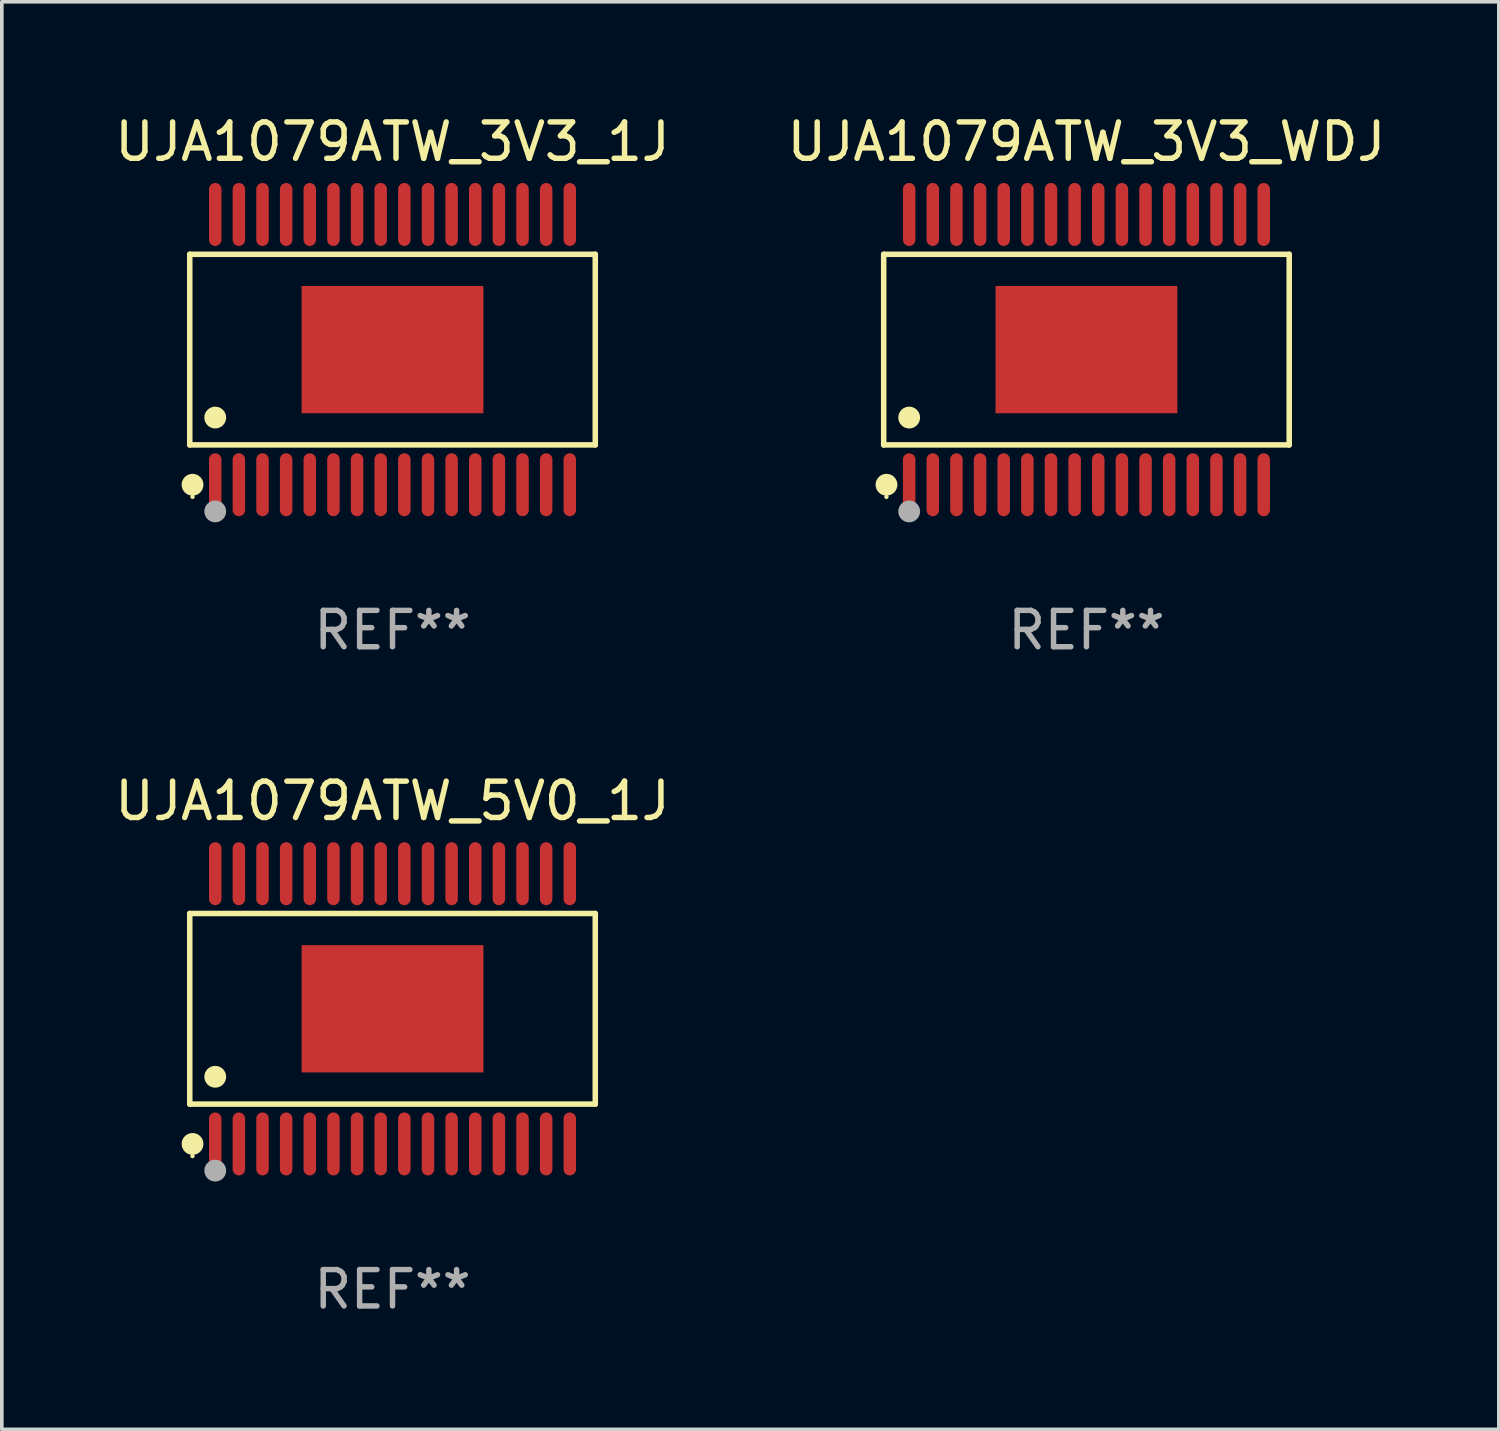
<source format=kicad_pcb>
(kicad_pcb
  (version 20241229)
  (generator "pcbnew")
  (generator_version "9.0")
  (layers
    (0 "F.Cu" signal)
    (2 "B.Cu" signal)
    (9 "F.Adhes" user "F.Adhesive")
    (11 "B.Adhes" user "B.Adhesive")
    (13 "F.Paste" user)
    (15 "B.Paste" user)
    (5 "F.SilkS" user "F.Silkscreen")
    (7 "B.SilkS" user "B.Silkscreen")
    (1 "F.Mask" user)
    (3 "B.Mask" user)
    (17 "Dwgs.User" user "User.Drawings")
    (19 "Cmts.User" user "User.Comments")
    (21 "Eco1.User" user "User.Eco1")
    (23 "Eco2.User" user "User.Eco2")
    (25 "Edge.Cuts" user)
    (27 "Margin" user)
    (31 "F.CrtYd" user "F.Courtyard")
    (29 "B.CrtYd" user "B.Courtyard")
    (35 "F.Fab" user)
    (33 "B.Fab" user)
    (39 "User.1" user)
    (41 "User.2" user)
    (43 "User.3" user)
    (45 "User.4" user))
  (footprint "UJA1079ATW_5V0_1J"
    (layer "F.Cu")
    (at 7.744 24.692)
    (property "Reference" "UJA1079ATW_5V0_1J" (at 0 -5.716 0) (layer "F.SilkS") (effects (font (size 1 1) (thickness 0.15))))
    (attr through_hole)
    (fp_line (start -5.576 -2.621) (end 5.576 -2.621) (stroke (width 0.152) (type solid)) (layer "F.SilkS"))
    (fp_line (start -5.576 2.621) (end -5.576 -2.621) (stroke (width 0.152) (type solid)) (layer "F.SilkS"))
    (fp_line (start 5.576 -2.621) (end 5.576 2.621) (stroke (width 0.152) (type solid)) (layer "F.SilkS"))
    (fp_line (start 5.576 2.621) (end -5.576 2.621) (stroke (width 0.152) (type solid)) (layer "F.SilkS"))
    (fp_circle (center -5.5 4.05) (end -5.47 4.05) (stroke (width 0.06) (type solid)) (fill no) (layer "F.SilkS"))
    (fp_circle (center -5.499 3.716) (end -5.349 3.716) (stroke (width 0.3) (type solid)) (fill no) (layer "F.SilkS"))
    (fp_circle (center -4.875 1.869) (end -4.725 1.869) (stroke (width 0.3) (type solid)) (fill no) (layer "F.SilkS"))
    (fp_circle (center -4.875 4.45) (end -4.725 4.45) (stroke (width 0.3) (type solid)) (fill no) (layer "F.Fab"))
    (fp_text user "REF**" (at 0 7.716 0) (layer "F.Fab") (effects (font (size 1 1) (thickness 0.15))))
    (pad "1" smd oval (at -4.875 3.716) (size 0.343 1.731) (layers "F.Cu" "F.Mask" "F.Paste"))
    (pad "2" smd oval (at -4.225 3.716) (size 0.343 1.731) (layers "F.Cu" "F.Mask" "F.Paste"))
    (pad "3" smd oval (at -3.575 3.716) (size 0.343 1.731) (layers "F.Cu" "F.Mask" "F.Paste"))
    (pad "4" smd oval (at -2.925 3.716) (size 0.343 1.731) (layers "F.Cu" "F.Mask" "F.Paste"))
    (pad "5" smd oval (at -2.275 3.716) (size 0.343 1.731) (layers "F.Cu" "F.Mask" "F.Paste"))
    (pad "6" smd oval (at -1.625 3.716) (size 0.343 1.731) (layers "F.Cu" "F.Mask" "F.Paste"))
    (pad "7" smd oval (at -0.975 3.716) (size 0.343 1.731) (layers "F.Cu" "F.Mask" "F.Paste"))
    (pad "8" smd oval (at -0.325 3.716) (size 0.343 1.731) (layers "F.Cu" "F.Mask" "F.Paste"))
    (pad "9" smd oval (at 0.325 3.716) (size 0.343 1.731) (layers "F.Cu" "F.Mask" "F.Paste"))
    (pad "10" smd oval (at 0.975 3.716) (size 0.343 1.731) (layers "F.Cu" "F.Mask" "F.Paste"))
    (pad "11" smd oval (at 1.625 3.716) (size 0.343 1.731) (layers "F.Cu" "F.Mask" "F.Paste"))
    (pad "12" smd oval (at 2.275 3.716) (size 0.343 1.731) (layers "F.Cu" "F.Mask" "F.Paste"))
    (pad "13" smd oval (at 2.925 3.716) (size 0.343 1.731) (layers "F.Cu" "F.Mask" "F.Paste"))
    (pad "14" smd oval (at 3.575 3.716) (size 0.343 1.731) (layers "F.Cu" "F.Mask" "F.Paste"))
    (pad "15" smd oval (at 4.225 3.716) (size 0.343 1.731) (layers "F.Cu" "F.Mask" "F.Paste"))
    (pad "16" smd oval (at 4.875 3.716) (size 0.343 1.731) (layers "F.Cu" "F.Mask" "F.Paste"))
    (pad "17" smd oval (at 4.875 -3.716) (size 0.343 1.731) (layers "F.Cu" "F.Mask" "F.Paste"))
    (pad "18" smd oval (at 4.225 -3.716) (size 0.343 1.731) (layers "F.Cu" "F.Mask" "F.Paste"))
    (pad "19" smd oval (at 3.575 -3.716) (size 0.343 1.731) (layers "F.Cu" "F.Mask" "F.Paste"))
    (pad "20" smd oval (at 2.925 -3.716) (size 0.343 1.731) (layers "F.Cu" "F.Mask" "F.Paste"))
    (pad "21" smd oval (at 2.275 -3.716) (size 0.343 1.731) (layers "F.Cu" "F.Mask" "F.Paste"))
    (pad "22" smd oval (at 1.625 -3.716) (size 0.343 1.731) (layers "F.Cu" "F.Mask" "F.Paste"))
    (pad "23" smd oval (at 0.975 -3.716) (size 0.343 1.731) (layers "F.Cu" "F.Mask" "F.Paste"))
    (pad "24" smd oval (at 0.325 -3.716) (size 0.343 1.731) (layers "F.Cu" "F.Mask" "F.Paste"))
    (pad "25" smd oval (at -0.325 -3.716) (size 0.343 1.731) (layers "F.Cu" "F.Mask" "F.Paste"))
    (pad "26" smd oval (at -0.975 -3.716) (size 0.343 1.731) (layers "F.Cu" "F.Mask" "F.Paste"))
    (pad "27" smd oval (at -1.625 -3.716) (size 0.343 1.731) (layers "F.Cu" "F.Mask" "F.Paste"))
    (pad "28" smd oval (at -2.275 -3.716) (size 0.343 1.731) (layers "F.Cu" "F.Mask" "F.Paste"))
    (pad "29" smd oval (at -2.925 -3.716) (size 0.343 1.731) (layers "F.Cu" "F.Mask" "F.Paste"))
    (pad "30" smd oval (at -3.575 -3.716) (size 0.343 1.731) (layers "F.Cu" "F.Mask" "F.Paste"))
    (pad "31" smd oval (at -4.225 -3.716) (size 0.343 1.731) (layers "F.Cu" "F.Mask" "F.Paste"))
    (pad "32" smd oval (at -4.875 -3.716) (size 0.343 1.731) (layers "F.Cu" "F.Mask" "F.Paste"))
    (pad "33" smd rect (at 0 0) (size 5 3.5) (layers "F.Cu" "F.Mask" "F.Paste")))
  (footprint "UJA1079ATW_3V3_1J"
    (layer "F.Cu")
    (at 7.744 6.564)
    (property "Reference" "UJA1079ATW_3V3_1J" (at 0 -5.716 0) (layer "F.SilkS") (effects (font (size 1 1) (thickness 0.15))))
    (attr through_hole)
    (fp_line (start -5.576 -2.621) (end 5.576 -2.621) (stroke (width 0.152) (type solid)) (layer "F.SilkS"))
    (fp_line (start -5.576 2.621) (end -5.576 -2.621) (stroke (width 0.152) (type solid)) (layer "F.SilkS"))
    (fp_line (start 5.576 -2.621) (end 5.576 2.621) (stroke (width 0.152) (type solid)) (layer "F.SilkS"))
    (fp_line (start 5.576 2.621) (end -5.576 2.621) (stroke (width 0.152) (type solid)) (layer "F.SilkS"))
    (fp_circle (center -5.5 4.05) (end -5.47 4.05) (stroke (width 0.06) (type solid)) (fill no) (layer "F.SilkS"))
    (fp_circle (center -5.499 3.716) (end -5.349 3.716) (stroke (width 0.3) (type solid)) (fill no) (layer "F.SilkS"))
    (fp_circle (center -4.875 1.869) (end -4.725 1.869) (stroke (width 0.3) (type solid)) (fill no) (layer "F.SilkS"))
    (fp_circle (center -4.875 4.45) (end -4.725 4.45) (stroke (width 0.3) (type solid)) (fill no) (layer "F.Fab"))
    (fp_text user "REF**" (at 0 7.716 0) (layer "F.Fab") (effects (font (size 1 1) (thickness 0.15))))
    (pad "1" smd oval (at -4.875 3.716) (size 0.343 1.731) (layers "F.Cu" "F.Mask" "F.Paste"))
    (pad "2" smd oval (at -4.225 3.716) (size 0.343 1.731) (layers "F.Cu" "F.Mask" "F.Paste"))
    (pad "3" smd oval (at -3.575 3.716) (size 0.343 1.731) (layers "F.Cu" "F.Mask" "F.Paste"))
    (pad "4" smd oval (at -2.925 3.716) (size 0.343 1.731) (layers "F.Cu" "F.Mask" "F.Paste"))
    (pad "5" smd oval (at -2.275 3.716) (size 0.343 1.731) (layers "F.Cu" "F.Mask" "F.Paste"))
    (pad "6" smd oval (at -1.625 3.716) (size 0.343 1.731) (layers "F.Cu" "F.Mask" "F.Paste"))
    (pad "7" smd oval (at -0.975 3.716) (size 0.343 1.731) (layers "F.Cu" "F.Mask" "F.Paste"))
    (pad "8" smd oval (at -0.325 3.716) (size 0.343 1.731) (layers "F.Cu" "F.Mask" "F.Paste"))
    (pad "9" smd oval (at 0.325 3.716) (size 0.343 1.731) (layers "F.Cu" "F.Mask" "F.Paste"))
    (pad "10" smd oval (at 0.975 3.716) (size 0.343 1.731) (layers "F.Cu" "F.Mask" "F.Paste"))
    (pad "11" smd oval (at 1.625 3.716) (size 0.343 1.731) (layers "F.Cu" "F.Mask" "F.Paste"))
    (pad "12" smd oval (at 2.275 3.716) (size 0.343 1.731) (layers "F.Cu" "F.Mask" "F.Paste"))
    (pad "13" smd oval (at 2.925 3.716) (size 0.343 1.731) (layers "F.Cu" "F.Mask" "F.Paste"))
    (pad "14" smd oval (at 3.575 3.716) (size 0.343 1.731) (layers "F.Cu" "F.Mask" "F.Paste"))
    (pad "15" smd oval (at 4.225 3.716) (size 0.343 1.731) (layers "F.Cu" "F.Mask" "F.Paste"))
    (pad "16" smd oval (at 4.875 3.716) (size 0.343 1.731) (layers "F.Cu" "F.Mask" "F.Paste"))
    (pad "17" smd oval (at 4.875 -3.716) (size 0.343 1.731) (layers "F.Cu" "F.Mask" "F.Paste"))
    (pad "18" smd oval (at 4.225 -3.716) (size 0.343 1.731) (layers "F.Cu" "F.Mask" "F.Paste"))
    (pad "19" smd oval (at 3.575 -3.716) (size 0.343 1.731) (layers "F.Cu" "F.Mask" "F.Paste"))
    (pad "20" smd oval (at 2.925 -3.716) (size 0.343 1.731) (layers "F.Cu" "F.Mask" "F.Paste"))
    (pad "21" smd oval (at 2.275 -3.716) (size 0.343 1.731) (layers "F.Cu" "F.Mask" "F.Paste"))
    (pad "22" smd oval (at 1.625 -3.716) (size 0.343 1.731) (layers "F.Cu" "F.Mask" "F.Paste"))
    (pad "23" smd oval (at 0.975 -3.716) (size 0.343 1.731) (layers "F.Cu" "F.Mask" "F.Paste"))
    (pad "24" smd oval (at 0.325 -3.716) (size 0.343 1.731) (layers "F.Cu" "F.Mask" "F.Paste"))
    (pad "25" smd oval (at -0.325 -3.716) (size 0.343 1.731) (layers "F.Cu" "F.Mask" "F.Paste"))
    (pad "26" smd oval (at -0.975 -3.716) (size 0.343 1.731) (layers "F.Cu" "F.Mask" "F.Paste"))
    (pad "27" smd oval (at -1.625 -3.716) (size 0.343 1.731) (layers "F.Cu" "F.Mask" "F.Paste"))
    (pad "28" smd oval (at -2.275 -3.716) (size 0.343 1.731) (layers "F.Cu" "F.Mask" "F.Paste"))
    (pad "29" smd oval (at -2.925 -3.716) (size 0.343 1.731) (layers "F.Cu" "F.Mask" "F.Paste"))
    (pad "30" smd oval (at -3.575 -3.716) (size 0.343 1.731) (layers "F.Cu" "F.Mask" "F.Paste"))
    (pad "31" smd oval (at -4.225 -3.716) (size 0.343 1.731) (layers "F.Cu" "F.Mask" "F.Paste"))
    (pad "32" smd oval (at -4.875 -3.716) (size 0.343 1.731) (layers "F.Cu" "F.Mask" "F.Paste"))
    (pad "33" smd rect (at 0 0) (size 5 3.5) (layers "F.Cu" "F.Mask" "F.Paste")))
  (footprint "UJA1079ATW_3V3_WDJ"
    (layer "F.Cu")
    (at 26.827 6.564)
    (property "Reference" "UJA1079ATW_3V3_WDJ" (at 0 -5.716 0) (layer "F.SilkS") (effects (font (size 1 1) (thickness 0.15))))
    (attr through_hole)
    (fp_line (start -5.576 -2.621) (end 5.576 -2.621) (stroke (width 0.152) (type solid)) (layer "F.SilkS"))
    (fp_line (start -5.576 2.621) (end -5.576 -2.621) (stroke (width 0.152) (type solid)) (layer "F.SilkS"))
    (fp_line (start 5.576 -2.621) (end 5.576 2.621) (stroke (width 0.152) (type solid)) (layer "F.SilkS"))
    (fp_line (start 5.576 2.621) (end -5.576 2.621) (stroke (width 0.152) (type solid)) (layer "F.SilkS"))
    (fp_circle (center -5.5 4.05) (end -5.47 4.05) (stroke (width 0.06) (type solid)) (fill no) (layer "F.SilkS"))
    (fp_circle (center -5.499 3.716) (end -5.349 3.716) (stroke (width 0.3) (type solid)) (fill no) (layer "F.SilkS"))
    (fp_circle (center -4.875 1.869) (end -4.725 1.869) (stroke (width 0.3) (type solid)) (fill no) (layer "F.SilkS"))
    (fp_circle (center -4.875 4.45) (end -4.725 4.45) (stroke (width 0.3) (type solid)) (fill no) (layer "F.Fab"))
    (fp_text user "REF**" (at 0 7.716 0) (layer "F.Fab") (effects (font (size 1 1) (thickness 0.15))))
    (pad "1" smd oval (at -4.875 3.716) (size 0.343 1.731) (layers "F.Cu" "F.Mask" "F.Paste"))
    (pad "2" smd oval (at -4.225 3.716) (size 0.343 1.731) (layers "F.Cu" "F.Mask" "F.Paste"))
    (pad "3" smd oval (at -3.575 3.716) (size 0.343 1.731) (layers "F.Cu" "F.Mask" "F.Paste"))
    (pad "4" smd oval (at -2.925 3.716) (size 0.343 1.731) (layers "F.Cu" "F.Mask" "F.Paste"))
    (pad "5" smd oval (at -2.275 3.716) (size 0.343 1.731) (layers "F.Cu" "F.Mask" "F.Paste"))
    (pad "6" smd oval (at -1.625 3.716) (size 0.343 1.731) (layers "F.Cu" "F.Mask" "F.Paste"))
    (pad "7" smd oval (at -0.975 3.716) (size 0.343 1.731) (layers "F.Cu" "F.Mask" "F.Paste"))
    (pad "8" smd oval (at -0.325 3.716) (size 0.343 1.731) (layers "F.Cu" "F.Mask" "F.Paste"))
    (pad "9" smd oval (at 0.325 3.716) (size 0.343 1.731) (layers "F.Cu" "F.Mask" "F.Paste"))
    (pad "10" smd oval (at 0.975 3.716) (size 0.343 1.731) (layers "F.Cu" "F.Mask" "F.Paste"))
    (pad "11" smd oval (at 1.625 3.716) (size 0.343 1.731) (layers "F.Cu" "F.Mask" "F.Paste"))
    (pad "12" smd oval (at 2.275 3.716) (size 0.343 1.731) (layers "F.Cu" "F.Mask" "F.Paste"))
    (pad "13" smd oval (at 2.925 3.716) (size 0.343 1.731) (layers "F.Cu" "F.Mask" "F.Paste"))
    (pad "14" smd oval (at 3.575 3.716) (size 0.343 1.731) (layers "F.Cu" "F.Mask" "F.Paste"))
    (pad "15" smd oval (at 4.225 3.716) (size 0.343 1.731) (layers "F.Cu" "F.Mask" "F.Paste"))
    (pad "16" smd oval (at 4.875 3.716) (size 0.343 1.731) (layers "F.Cu" "F.Mask" "F.Paste"))
    (pad "17" smd oval (at 4.875 -3.716) (size 0.343 1.731) (layers "F.Cu" "F.Mask" "F.Paste"))
    (pad "18" smd oval (at 4.225 -3.716) (size 0.343 1.731) (layers "F.Cu" "F.Mask" "F.Paste"))
    (pad "19" smd oval (at 3.575 -3.716) (size 0.343 1.731) (layers "F.Cu" "F.Mask" "F.Paste"))
    (pad "20" smd oval (at 2.925 -3.716) (size 0.343 1.731) (layers "F.Cu" "F.Mask" "F.Paste"))
    (pad "21" smd oval (at 2.275 -3.716) (size 0.343 1.731) (layers "F.Cu" "F.Mask" "F.Paste"))
    (pad "22" smd oval (at 1.625 -3.716) (size 0.343 1.731) (layers "F.Cu" "F.Mask" "F.Paste"))
    (pad "23" smd oval (at 0.975 -3.716) (size 0.343 1.731) (layers "F.Cu" "F.Mask" "F.Paste"))
    (pad "24" smd oval (at 0.325 -3.716) (size 0.343 1.731) (layers "F.Cu" "F.Mask" "F.Paste"))
    (pad "25" smd oval (at -0.325 -3.716) (size 0.343 1.731) (layers "F.Cu" "F.Mask" "F.Paste"))
    (pad "26" smd oval (at -0.975 -3.716) (size 0.343 1.731) (layers "F.Cu" "F.Mask" "F.Paste"))
    (pad "27" smd oval (at -1.625 -3.716) (size 0.343 1.731) (layers "F.Cu" "F.Mask" "F.Paste"))
    (pad "28" smd oval (at -2.275 -3.716) (size 0.343 1.731) (layers "F.Cu" "F.Mask" "F.Paste"))
    (pad "29" smd oval (at -2.925 -3.716) (size 0.343 1.731) (layers "F.Cu" "F.Mask" "F.Paste"))
    (pad "30" smd oval (at -3.575 -3.716) (size 0.343 1.731) (layers "F.Cu" "F.Mask" "F.Paste"))
    (pad "31" smd oval (at -4.225 -3.716) (size 0.343 1.731) (layers "F.Cu" "F.Mask" "F.Paste"))
    (pad "32" smd oval (at -4.875 -3.716) (size 0.343 1.731) (layers "F.Cu" "F.Mask" "F.Paste"))
    (pad "33" smd rect (at 0 0) (size 5 3.5) (layers "F.Cu" "F.Mask" "F.Paste")))
  (gr_rect
    (start -3 -3)
    (end 38.167 36.256)
    (stroke (width 0.1) (type default))
    (fill no)
    (layer "Edge.Cuts")))
</source>
